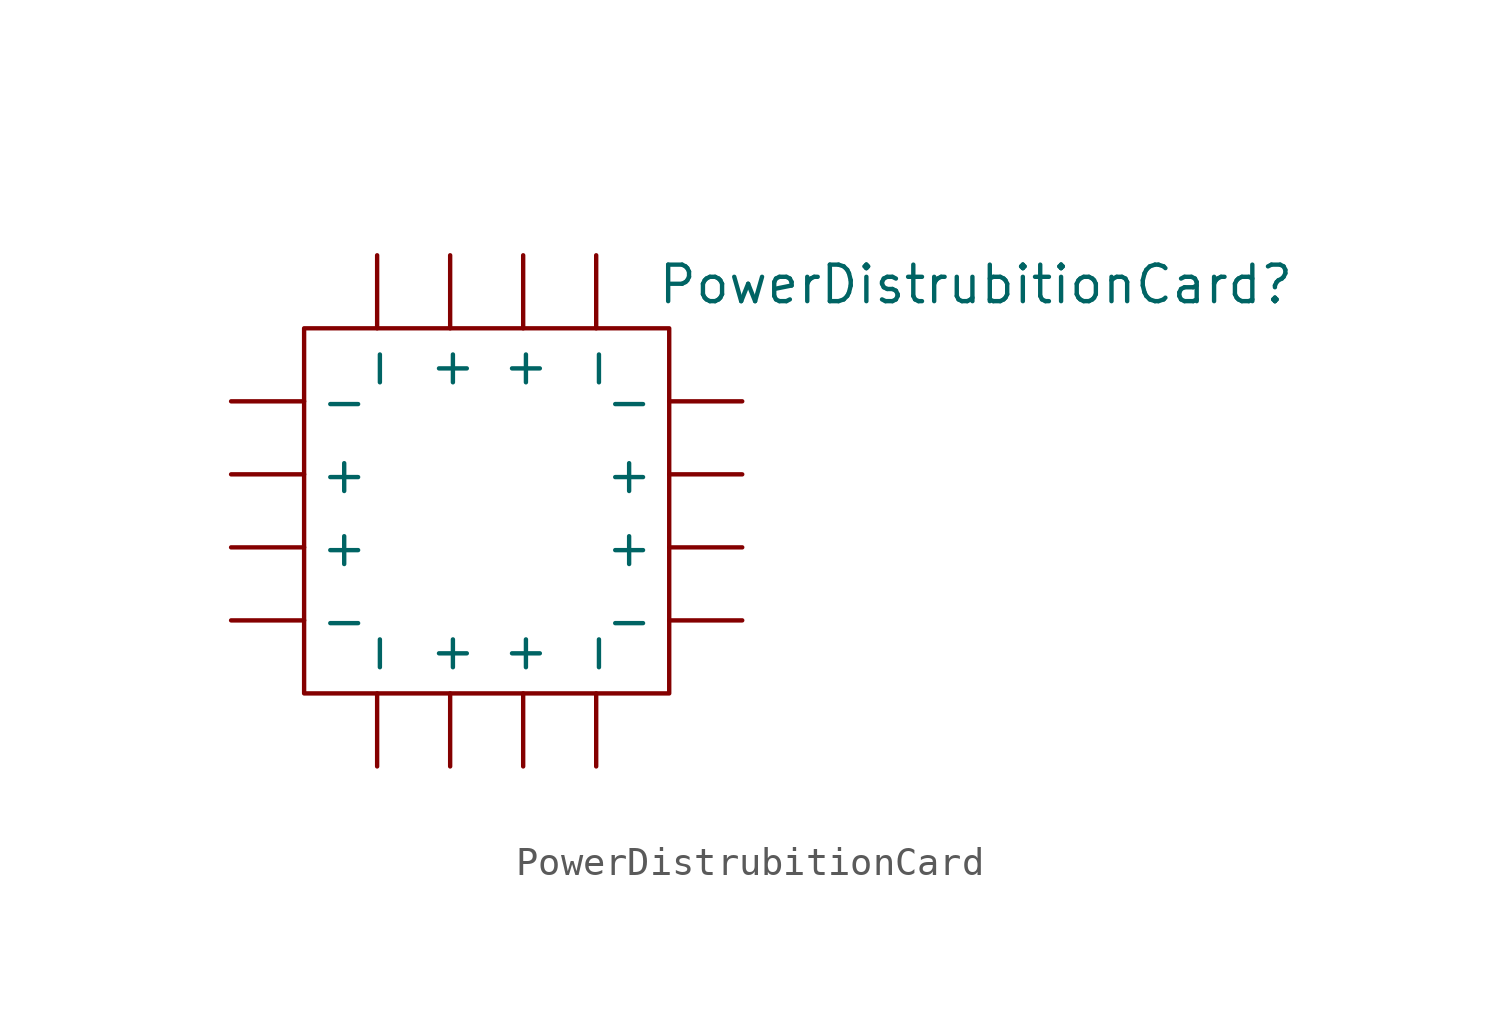
<source format=kicad_sym>
(kicad_symbol_lib
  (version 20231120)
  (generator "kicad_symbol_editor")
  (generator_version "8.0")
  (symbol "PowerDistrubitionCard"
    (property "Reference" "PowerDistrubitionCard"
      (at 17.018 7.874 0)
      (effects (font (size 1.27 1.27))))
    (property "Value" ""
      (at -1.27 11.43 0)
      (effects (font (size 1.27 1.27))))
    (symbol "PowerDistrubitionCard_0_1"
      (rectangle (start -6.35 6.35) (end 6.35 -6.35) (stroke (width 0) (type default)) (fill (type none))))
    (symbol "PowerDistrubitionCard_1_1"
      (pin power_out line (at -8.89 -1.27 0) (length 2.54) (name "+" (effects (font (size 1.27 1.27)))) (number "" (effects (font (size 1.27 1.27)))))
      (pin power_out line (at -8.89 1.27 0) (length 2.54) (name "+" (effects (font (size 1.27 1.27)))) (number "" (effects (font (size 1.27 1.27)))))
      (pin power_out line (at -1.27 -8.89 90) (length 2.54) (name "+" (effects (font (size 1.27 1.27)))) (number "" (effects (font (size 1.27 1.27)))))
      (pin power_out line (at -1.27 8.89 270) (length 2.54) (name "+" (effects (font (size 1.27 1.27)))) (number "" (effects (font (size 1.27 1.27)))))
      (pin power_out line (at 1.27 -8.89 90) (length 2.54) (name "+" (effects (font (size 1.27 1.27)))) (number "" (effects (font (size 1.27 1.27)))))
      (pin power_out line (at 1.27 8.89 270) (length 2.54) (name "+" (effects (font (size 1.27 1.27)))) (number "" (effects (font (size 1.27 1.27)))))
      (pin power_out line (at 8.89 -1.27 180) (length 2.54) (name "+" (effects (font (size 1.27 1.27)))) (number "" (effects (font (size 1.27 1.27)))))
      (pin power_out line (at 8.89 1.27 180) (length 2.54) (name "+" (effects (font (size 1.27 1.27)))) (number "" (effects (font (size 1.27 1.27)))))
      (pin power_out line (at -8.89 -3.81 0) (length 2.54) (name "-" (effects (font (size 1.27 1.27)))) (number "" (effects (font (size 1.27 1.27)))))
      (pin power_out line (at -8.89 3.81 0) (length 2.54) (name "-" (effects (font (size 1.27 1.27)))) (number "" (effects (font (size 1.27 1.27)))))
      (pin power_out line (at -3.81 -8.89 90) (length 2.54) (name "-" (effects (font (size 1.27 1.27)))) (number "" (effects (font (size 1.27 1.27)))))
      (pin power_out line (at -3.81 8.89 270) (length 2.54) (name "-" (effects (font (size 1.27 1.27)))) (number "" (effects (font (size 1.27 1.27)))))
      (pin power_out line (at 3.81 -8.89 90) (length 2.54) (name "-" (effects (font (size 1.27 1.27)))) (number "" (effects (font (size 1.27 1.27)))))
      (pin power_out line (at 3.81 8.89 270) (length 2.54) (name "-" (effects (font (size 1.27 1.27)))) (number "" (effects (font (size 1.27 1.27)))))
      (pin power_out line (at 8.89 -3.81 180) (length 2.54) (name "-" (effects (font (size 1.27 1.27)))) (number "" (effects (font (size 1.27 1.27)))))
      (pin power_out line (at 8.89 3.81 180) (length 2.54) (name "-" (effects (font (size 1.27 1.27)))) (number "" (effects (font (size 1.27 1.27))))))))
</source>
